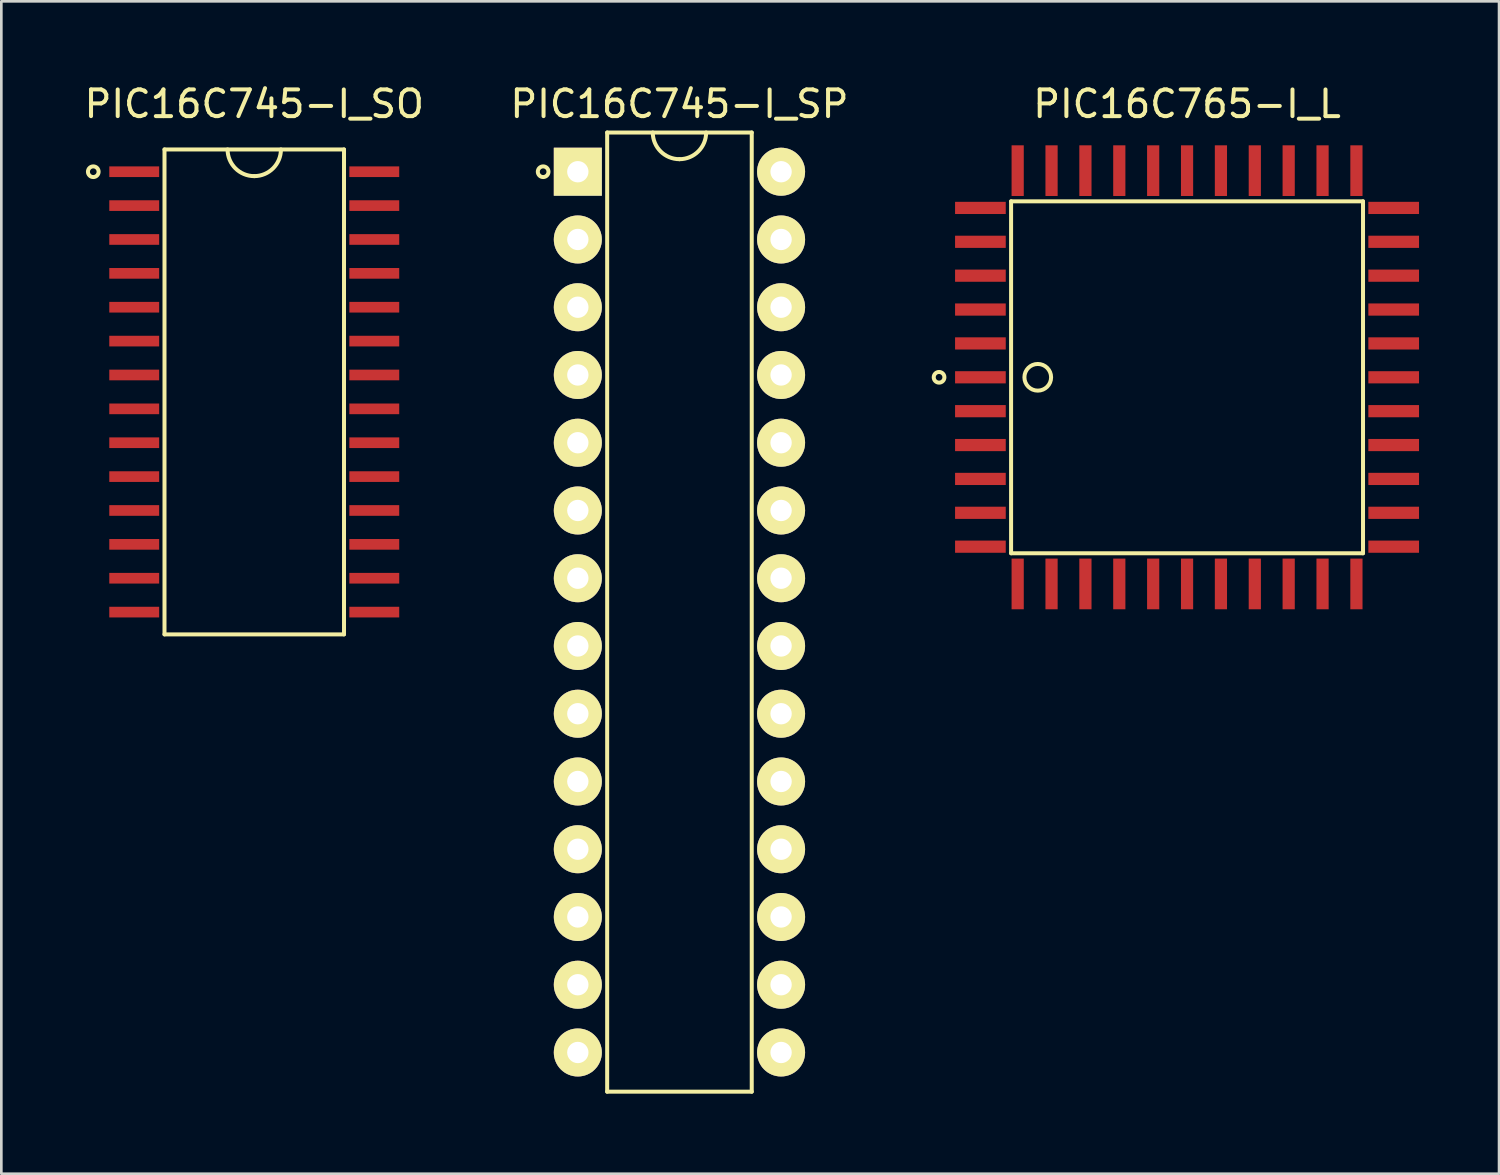
<source format=kicad_pcb>
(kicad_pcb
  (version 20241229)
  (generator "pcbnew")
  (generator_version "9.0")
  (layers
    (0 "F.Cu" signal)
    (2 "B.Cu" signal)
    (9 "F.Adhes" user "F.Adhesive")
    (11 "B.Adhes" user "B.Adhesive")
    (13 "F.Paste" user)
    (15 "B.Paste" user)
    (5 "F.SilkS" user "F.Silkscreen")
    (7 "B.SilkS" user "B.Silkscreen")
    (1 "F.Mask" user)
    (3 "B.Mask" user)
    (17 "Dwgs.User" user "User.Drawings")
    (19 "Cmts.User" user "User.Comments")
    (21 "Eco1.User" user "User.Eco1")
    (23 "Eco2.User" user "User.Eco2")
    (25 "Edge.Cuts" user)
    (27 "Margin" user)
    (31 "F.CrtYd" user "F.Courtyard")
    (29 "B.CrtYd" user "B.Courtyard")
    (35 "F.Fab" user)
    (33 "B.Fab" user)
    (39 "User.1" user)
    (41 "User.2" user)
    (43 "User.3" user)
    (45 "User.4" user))
  (footprint "PIC16C765-I_L"
    (layer "F.Cu")
    (at 33.706 3.348)
    (property "Reference" "PIC16C765-I_L" (at 7.747 -2.5 0) (layer "F.SilkS") (effects (font (size 1 1) (thickness 0.15))))
    (attr through_hole)
    (fp_line (start 1.15 1.15) (end 1.15 14.344) (stroke (width 0.15) (type solid)) (layer "F.SilkS"))
    (fp_line (start 1.15 1.15) (end 14.344 1.15) (stroke (width 0.15) (type solid)) (layer "F.SilkS"))
    (fp_line (start 1.15 14.344) (end 14.344 14.344) (stroke (width 0.15) (type solid)) (layer "F.SilkS"))
    (fp_line (start 14.344 14.344) (end 14.344 1.15) (stroke (width 0.15) (type solid)) (layer "F.SilkS"))
    (fp_circle (center -1.55 7.747) (end -1.55 7.547) (stroke (width 0.15) (type solid)) (fill no) (layer "F.SilkS"))
    (fp_circle (center 2.15 7.747) (end 2.15 7.247) (stroke (width 0.15) (type solid)) (fill no) (layer "F.SilkS"))
    (pad "1" smd rect (at 0 7.747) (size 1.9 0.457) (layers "F.Cu" "F.Mask" "F.Paste"))
    (pad "2" smd rect (at 0 9.017) (size 1.9 0.457) (layers "F.Cu" "F.Mask" "F.Paste"))
    (pad "3" smd rect (at 0 10.287) (size 1.9 0.457) (layers "F.Cu" "F.Mask" "F.Paste"))
    (pad "4" smd rect (at 0 11.557) (size 1.9 0.457) (layers "F.Cu" "F.Mask" "F.Paste"))
    (pad "5" smd rect (at 0 12.827) (size 1.9 0.457) (layers "F.Cu" "F.Mask" "F.Paste"))
    (pad "6" smd rect (at 0 14.097) (size 1.9 0.457) (layers "F.Cu" "F.Mask" "F.Paste"))
    (pad "7" smd rect (at 1.397 15.494) (size 0.457 1.9) (layers "F.Cu" "F.Mask" "F.Paste"))
    (pad "8" smd rect (at 2.667 15.494) (size 0.457 1.9) (layers "F.Cu" "F.Mask" "F.Paste"))
    (pad "9" smd rect (at 3.937 15.494) (size 0.457 1.9) (layers "F.Cu" "F.Mask" "F.Paste"))
    (pad "10" smd rect (at 5.207 15.494) (size 0.457 1.9) (layers "F.Cu" "F.Mask" "F.Paste"))
    (pad "11" smd rect (at 6.477 15.494) (size 0.457 1.9) (layers "F.Cu" "F.Mask" "F.Paste"))
    (pad "12" smd rect (at 7.747 15.494) (size 0.457 1.9) (layers "F.Cu" "F.Mask" "F.Paste"))
    (pad "13" smd rect (at 9.017 15.494) (size 0.457 1.9) (layers "F.Cu" "F.Mask" "F.Paste"))
    (pad "14" smd rect (at 10.287 15.494) (size 0.457 1.9) (layers "F.Cu" "F.Mask" "F.Paste"))
    (pad "15" smd rect (at 11.557 15.494) (size 0.457 1.9) (layers "F.Cu" "F.Mask" "F.Paste"))
    (pad "16" smd rect (at 12.827 15.494) (size 0.457 1.9) (layers "F.Cu" "F.Mask" "F.Paste"))
    (pad "17" smd rect (at 14.097 15.494) (size 0.457 1.9) (layers "F.Cu" "F.Mask" "F.Paste"))
    (pad "18" smd rect (at 15.494 14.097) (size 1.9 0.457) (layers "F.Cu" "F.Mask" "F.Paste"))
    (pad "19" smd rect (at 15.494 12.827) (size 1.9 0.457) (layers "F.Cu" "F.Mask" "F.Paste"))
    (pad "20" smd rect (at 15.494 11.557) (size 1.9 0.457) (layers "F.Cu" "F.Mask" "F.Paste"))
    (pad "21" smd rect (at 15.494 10.287) (size 1.9 0.457) (layers "F.Cu" "F.Mask" "F.Paste"))
    (pad "22" smd rect (at 15.494 9.017) (size 1.9 0.457) (layers "F.Cu" "F.Mask" "F.Paste"))
    (pad "23" smd rect (at 15.494 7.747) (size 1.9 0.457) (layers "F.Cu" "F.Mask" "F.Paste"))
    (pad "24" smd rect (at 15.494 6.477) (size 1.9 0.457) (layers "F.Cu" "F.Mask" "F.Paste"))
    (pad "25" smd rect (at 15.494 5.207) (size 1.9 0.457) (layers "F.Cu" "F.Mask" "F.Paste"))
    (pad "26" smd rect (at 15.494 3.937) (size 1.9 0.457) (layers "F.Cu" "F.Mask" "F.Paste"))
    (pad "27" smd rect (at 15.494 2.667) (size 1.9 0.457) (layers "F.Cu" "F.Mask" "F.Paste"))
    (pad "28" smd rect (at 15.494 1.397) (size 1.9 0.457) (layers "F.Cu" "F.Mask" "F.Paste"))
    (pad "29" smd rect (at 14.097 0) (size 0.457 1.9) (layers "F.Cu" "F.Mask" "F.Paste"))
    (pad "30" smd rect (at 12.827 0) (size 0.457 1.9) (layers "F.Cu" "F.Mask" "F.Paste"))
    (pad "31" smd rect (at 11.557 0) (size 0.457 1.9) (layers "F.Cu" "F.Mask" "F.Paste"))
    (pad "32" smd rect (at 10.287 0) (size 0.457 1.9) (layers "F.Cu" "F.Mask" "F.Paste"))
    (pad "33" smd rect (at 9.017 0) (size 0.457 1.9) (layers "F.Cu" "F.Mask" "F.Paste"))
    (pad "34" smd rect (at 7.747 0) (size 0.457 1.9) (layers "F.Cu" "F.Mask" "F.Paste"))
    (pad "35" smd rect (at 6.477 0) (size 0.457 1.9) (layers "F.Cu" "F.Mask" "F.Paste"))
    (pad "36" smd rect (at 5.207 0) (size 0.457 1.9) (layers "F.Cu" "F.Mask" "F.Paste"))
    (pad "37" smd rect (at 3.937 0) (size 0.457 1.9) (layers "F.Cu" "F.Mask" "F.Paste"))
    (pad "38" smd rect (at 2.667 0) (size 0.457 1.9) (layers "F.Cu" "F.Mask" "F.Paste"))
    (pad "39" smd rect (at 1.397 0) (size 0.457 1.9) (layers "F.Cu" "F.Mask" "F.Paste"))
    (pad "40" smd rect (at 0 1.397) (size 1.9 0.457) (layers "F.Cu" "F.Mask" "F.Paste"))
    (pad "41" smd rect (at 0 2.667) (size 1.9 0.457) (layers "F.Cu" "F.Mask" "F.Paste"))
    (pad "42" smd rect (at 0 3.937) (size 1.9 0.457) (layers "F.Cu" "F.Mask" "F.Paste"))
    (pad "43" smd rect (at 0 5.207) (size 1.9 0.457) (layers "F.Cu" "F.Mask" "F.Paste"))
    (pad "44" smd rect (at 0 6.477) (size 1.9 0.457) (layers "F.Cu" "F.Mask" "F.Paste")))
  (footprint "PIC16C745-I_SO"
    (layer "F.Cu")
    (at 1.982 3.388)
    (property "Reference" "PIC16C745-I_SO" (at 4.5 -2.54 0) (layer "F.SilkS") (effects (font (size 1 1) (thickness 0.15))))
    (attr through_hole)
    (fp_line (start 1.135 -0.835) (end 7.865 -0.835) (stroke (width 0.15) (type solid)) (layer "F.SilkS"))
    (fp_line (start 1.135 17.345) (end 1.135 -0.835) (stroke (width 0.15) (type solid)) (layer "F.SilkS"))
    (fp_line (start 7.865 -0.835) (end 7.865 17.345) (stroke (width 0.15) (type solid)) (layer "F.SilkS"))
    (fp_line (start 7.865 17.345) (end 1.135 17.345) (stroke (width 0.15) (type solid)) (layer "F.SilkS"))
    (fp_arc (start 4.5 0.165) (mid 3.792893 -0.127893) (end 3.5 -0.835) (stroke (width 0.15) (type solid)) (layer "F.SilkS"))
    (fp_arc (start 5.5 -0.835) (mid 5.207107 -0.127893) (end 4.5 0.165) (stroke (width 0.15) (type solid)) (layer "F.SilkS"))
    (fp_circle (center -1.535 0) (end -1.535 0.2) (stroke (width 0.15) (type solid)) (fill no) (layer "F.SilkS"))
    (pad "1" smd rect (at 0 0) (size 1.87 0.4) (layers "F.Cu" "F.Mask" "F.Paste"))
    (pad "2" smd rect (at 0 1.27) (size 1.87 0.4) (layers "F.Cu" "F.Mask" "F.Paste"))
    (pad "3" smd rect (at 0 2.54) (size 1.87 0.4) (layers "F.Cu" "F.Mask" "F.Paste"))
    (pad "4" smd rect (at 0 3.81) (size 1.87 0.4) (layers "F.Cu" "F.Mask" "F.Paste"))
    (pad "5" smd rect (at 0 5.08) (size 1.87 0.4) (layers "F.Cu" "F.Mask" "F.Paste"))
    (pad "6" smd rect (at 0 6.35) (size 1.87 0.4) (layers "F.Cu" "F.Mask" "F.Paste"))
    (pad "7" smd rect (at 0 7.62) (size 1.87 0.4) (layers "F.Cu" "F.Mask" "F.Paste"))
    (pad "8" smd rect (at 0 8.89) (size 1.87 0.4) (layers "F.Cu" "F.Mask" "F.Paste"))
    (pad "9" smd rect (at 0 10.16) (size 1.87 0.4) (layers "F.Cu" "F.Mask" "F.Paste"))
    (pad "10" smd rect (at 0 11.43) (size 1.87 0.4) (layers "F.Cu" "F.Mask" "F.Paste"))
    (pad "11" smd rect (at 0 12.7) (size 1.87 0.4) (layers "F.Cu" "F.Mask" "F.Paste"))
    (pad "12" smd rect (at 0 13.97) (size 1.87 0.4) (layers "F.Cu" "F.Mask" "F.Paste"))
    (pad "13" smd rect (at 0 15.24) (size 1.87 0.4) (layers "F.Cu" "F.Mask" "F.Paste"))
    (pad "14" smd rect (at 0 16.51) (size 1.87 0.4) (layers "F.Cu" "F.Mask" "F.Paste"))
    (pad "15" smd rect (at 9 16.51) (size 1.87 0.4) (layers "F.Cu" "F.Mask" "F.Paste"))
    (pad "16" smd rect (at 9 15.24) (size 1.87 0.4) (layers "F.Cu" "F.Mask" "F.Paste"))
    (pad "17" smd rect (at 9 13.97) (size 1.87 0.4) (layers "F.Cu" "F.Mask" "F.Paste"))
    (pad "18" smd rect (at 9 12.7) (size 1.87 0.4) (layers "F.Cu" "F.Mask" "F.Paste"))
    (pad "19" smd rect (at 9 11.43) (size 1.87 0.4) (layers "F.Cu" "F.Mask" "F.Paste"))
    (pad "20" smd rect (at 9 10.16) (size 1.87 0.4) (layers "F.Cu" "F.Mask" "F.Paste"))
    (pad "21" smd rect (at 9 8.89) (size 1.87 0.4) (layers "F.Cu" "F.Mask" "F.Paste"))
    (pad "22" smd rect (at 9 7.62) (size 1.87 0.4) (layers "F.Cu" "F.Mask" "F.Paste"))
    (pad "23" smd rect (at 9 6.35) (size 1.87 0.4) (layers "F.Cu" "F.Mask" "F.Paste"))
    (pad "24" smd rect (at 9 5.08) (size 1.87 0.4) (layers "F.Cu" "F.Mask" "F.Paste"))
    (pad "25" smd rect (at 9 3.81) (size 1.87 0.4) (layers "F.Cu" "F.Mask" "F.Paste"))
    (pad "26" smd rect (at 9 2.54) (size 1.87 0.4) (layers "F.Cu" "F.Mask" "F.Paste"))
    (pad "27" smd rect (at 9 1.27) (size 1.87 0.4) (layers "F.Cu" "F.Mask" "F.Paste"))
    (pad "28" smd rect (at 9 0) (size 1.87 0.4) (layers "F.Cu" "F.Mask" "F.Paste")))
  (footprint "PIC16C745-I_SP"
    (layer "F.Cu")
    (at 18.613 3.388)
    (property "Reference" "PIC16C745-I_SP" (at 3.81 -2.54 0) (layer "F.SilkS") (effects (font (size 1 1) (thickness 0.15))))
    (attr through_hole)
    (fp_line (start 1.1 -1.47) (end 6.52 -1.47) (stroke (width 0.15) (type solid)) (layer "F.SilkS"))
    (fp_line (start 1.1 34.49) (end 1.1 -1.47) (stroke (width 0.15) (type solid)) (layer "F.SilkS"))
    (fp_line (start 6.52 -1.47) (end 6.52 34.49) (stroke (width 0.15) (type solid)) (layer "F.SilkS"))
    (fp_line (start 6.52 34.49) (end 1.1 34.49) (stroke (width 0.15) (type solid)) (layer "F.SilkS"))
    (fp_arc (start 3.81 -0.47) (mid 3.102893 -0.762893) (end 2.81 -1.47) (stroke (width 0.15) (type solid)) (layer "F.SilkS"))
    (fp_arc (start 4.81 -1.47) (mid 4.517107 -0.762893) (end 3.81 -0.47) (stroke (width 0.15) (type solid)) (layer "F.SilkS"))
    (fp_circle (center -1.3 0) (end -1.3 0.2) (stroke (width 0.15) (type solid)) (fill no) (layer "F.SilkS"))
    (pad "1" thru_hole rect (at 0 0) (size 1.8 1.8) (drill 0.8) (layers "*.Cu" "*.Mask" "F.SilkS"))
    (pad "2" thru_hole circle (at 0 2.54) (size 1.8 1.8) (drill 0.8) (layers "*.Cu" "*.Mask" "F.SilkS"))
    (pad "3" thru_hole circle (at 0 5.08) (size 1.8 1.8) (drill 0.8) (layers "*.Cu" "*.Mask" "F.SilkS"))
    (pad "4" thru_hole circle (at 0 7.62) (size 1.8 1.8) (drill 0.8) (layers "*.Cu" "*.Mask" "F.SilkS"))
    (pad "5" thru_hole circle (at 0 10.16) (size 1.8 1.8) (drill 0.8) (layers "*.Cu" "*.Mask" "F.SilkS"))
    (pad "6" thru_hole circle (at 0 12.7) (size 1.8 1.8) (drill 0.8) (layers "*.Cu" "*.Mask" "F.SilkS"))
    (pad "7" thru_hole circle (at 0 15.24) (size 1.8 1.8) (drill 0.8) (layers "*.Cu" "*.Mask" "F.SilkS"))
    (pad "8" thru_hole circle (at 0 17.78) (size 1.8 1.8) (drill 0.8) (layers "*.Cu" "*.Mask" "F.SilkS"))
    (pad "9" thru_hole circle (at 0 20.32) (size 1.8 1.8) (drill 0.8) (layers "*.Cu" "*.Mask" "F.SilkS"))
    (pad "10" thru_hole circle (at 0 22.86) (size 1.8 1.8) (drill 0.8) (layers "*.Cu" "*.Mask" "F.SilkS"))
    (pad "11" thru_hole circle (at 0 25.4) (size 1.8 1.8) (drill 0.8) (layers "*.Cu" "*.Mask" "F.SilkS"))
    (pad "12" thru_hole circle (at 0 27.94) (size 1.8 1.8) (drill 0.8) (layers "*.Cu" "*.Mask" "F.SilkS"))
    (pad "13" thru_hole circle (at 0 30.48) (size 1.8 1.8) (drill 0.8) (layers "*.Cu" "*.Mask" "F.SilkS"))
    (pad "14" thru_hole circle (at 0 33.02) (size 1.8 1.8) (drill 0.8) (layers "*.Cu" "*.Mask" "F.SilkS"))
    (pad "15" thru_hole circle (at 7.62 33.02) (size 1.8 1.8) (drill 0.8) (layers "*.Cu" "*.Mask" "F.SilkS"))
    (pad "16" thru_hole circle (at 7.62 30.48) (size 1.8 1.8) (drill 0.8) (layers "*.Cu" "*.Mask" "F.SilkS"))
    (pad "17" thru_hole circle (at 7.62 27.94) (size 1.8 1.8) (drill 0.8) (layers "*.Cu" "*.Mask" "F.SilkS"))
    (pad "18" thru_hole circle (at 7.62 25.4) (size 1.8 1.8) (drill 0.8) (layers "*.Cu" "*.Mask" "F.SilkS"))
    (pad "19" thru_hole circle (at 7.62 22.86) (size 1.8 1.8) (drill 0.8) (layers "*.Cu" "*.Mask" "F.SilkS"))
    (pad "20" thru_hole circle (at 7.62 20.32) (size 1.8 1.8) (drill 0.8) (layers "*.Cu" "*.Mask" "F.SilkS"))
    (pad "21" thru_hole circle (at 7.62 17.78) (size 1.8 1.8) (drill 0.8) (layers "*.Cu" "*.Mask" "F.SilkS"))
    (pad "22" thru_hole circle (at 7.62 15.24) (size 1.8 1.8) (drill 0.8) (layers "*.Cu" "*.Mask" "F.SilkS"))
    (pad "23" thru_hole circle (at 7.62 12.7) (size 1.8 1.8) (drill 0.8) (layers "*.Cu" "*.Mask" "F.SilkS"))
    (pad "24" thru_hole circle (at 7.62 10.16) (size 1.8 1.8) (drill 0.8) (layers "*.Cu" "*.Mask" "F.SilkS"))
    (pad "25" thru_hole circle (at 7.62 7.62) (size 1.8 1.8) (drill 0.8) (layers "*.Cu" "*.Mask" "F.SilkS"))
    (pad "26" thru_hole circle (at 7.62 5.08) (size 1.8 1.8) (drill 0.8) (layers "*.Cu" "*.Mask" "F.SilkS"))
    (pad "27" thru_hole circle (at 7.62 2.54) (size 1.8 1.8) (drill 0.8) (layers "*.Cu" "*.Mask" "F.SilkS"))
    (pad "28" thru_hole circle (at 7.62 0) (size 1.8 1.8) (drill 0.8) (layers "*.Cu" "*.Mask" "F.SilkS")))
  (gr_rect
    (start -3 -3)
    (end 53.15 40.953)
    (stroke (width 0.1) (type default))
    (fill no)
    (layer "Edge.Cuts")))
</source>
